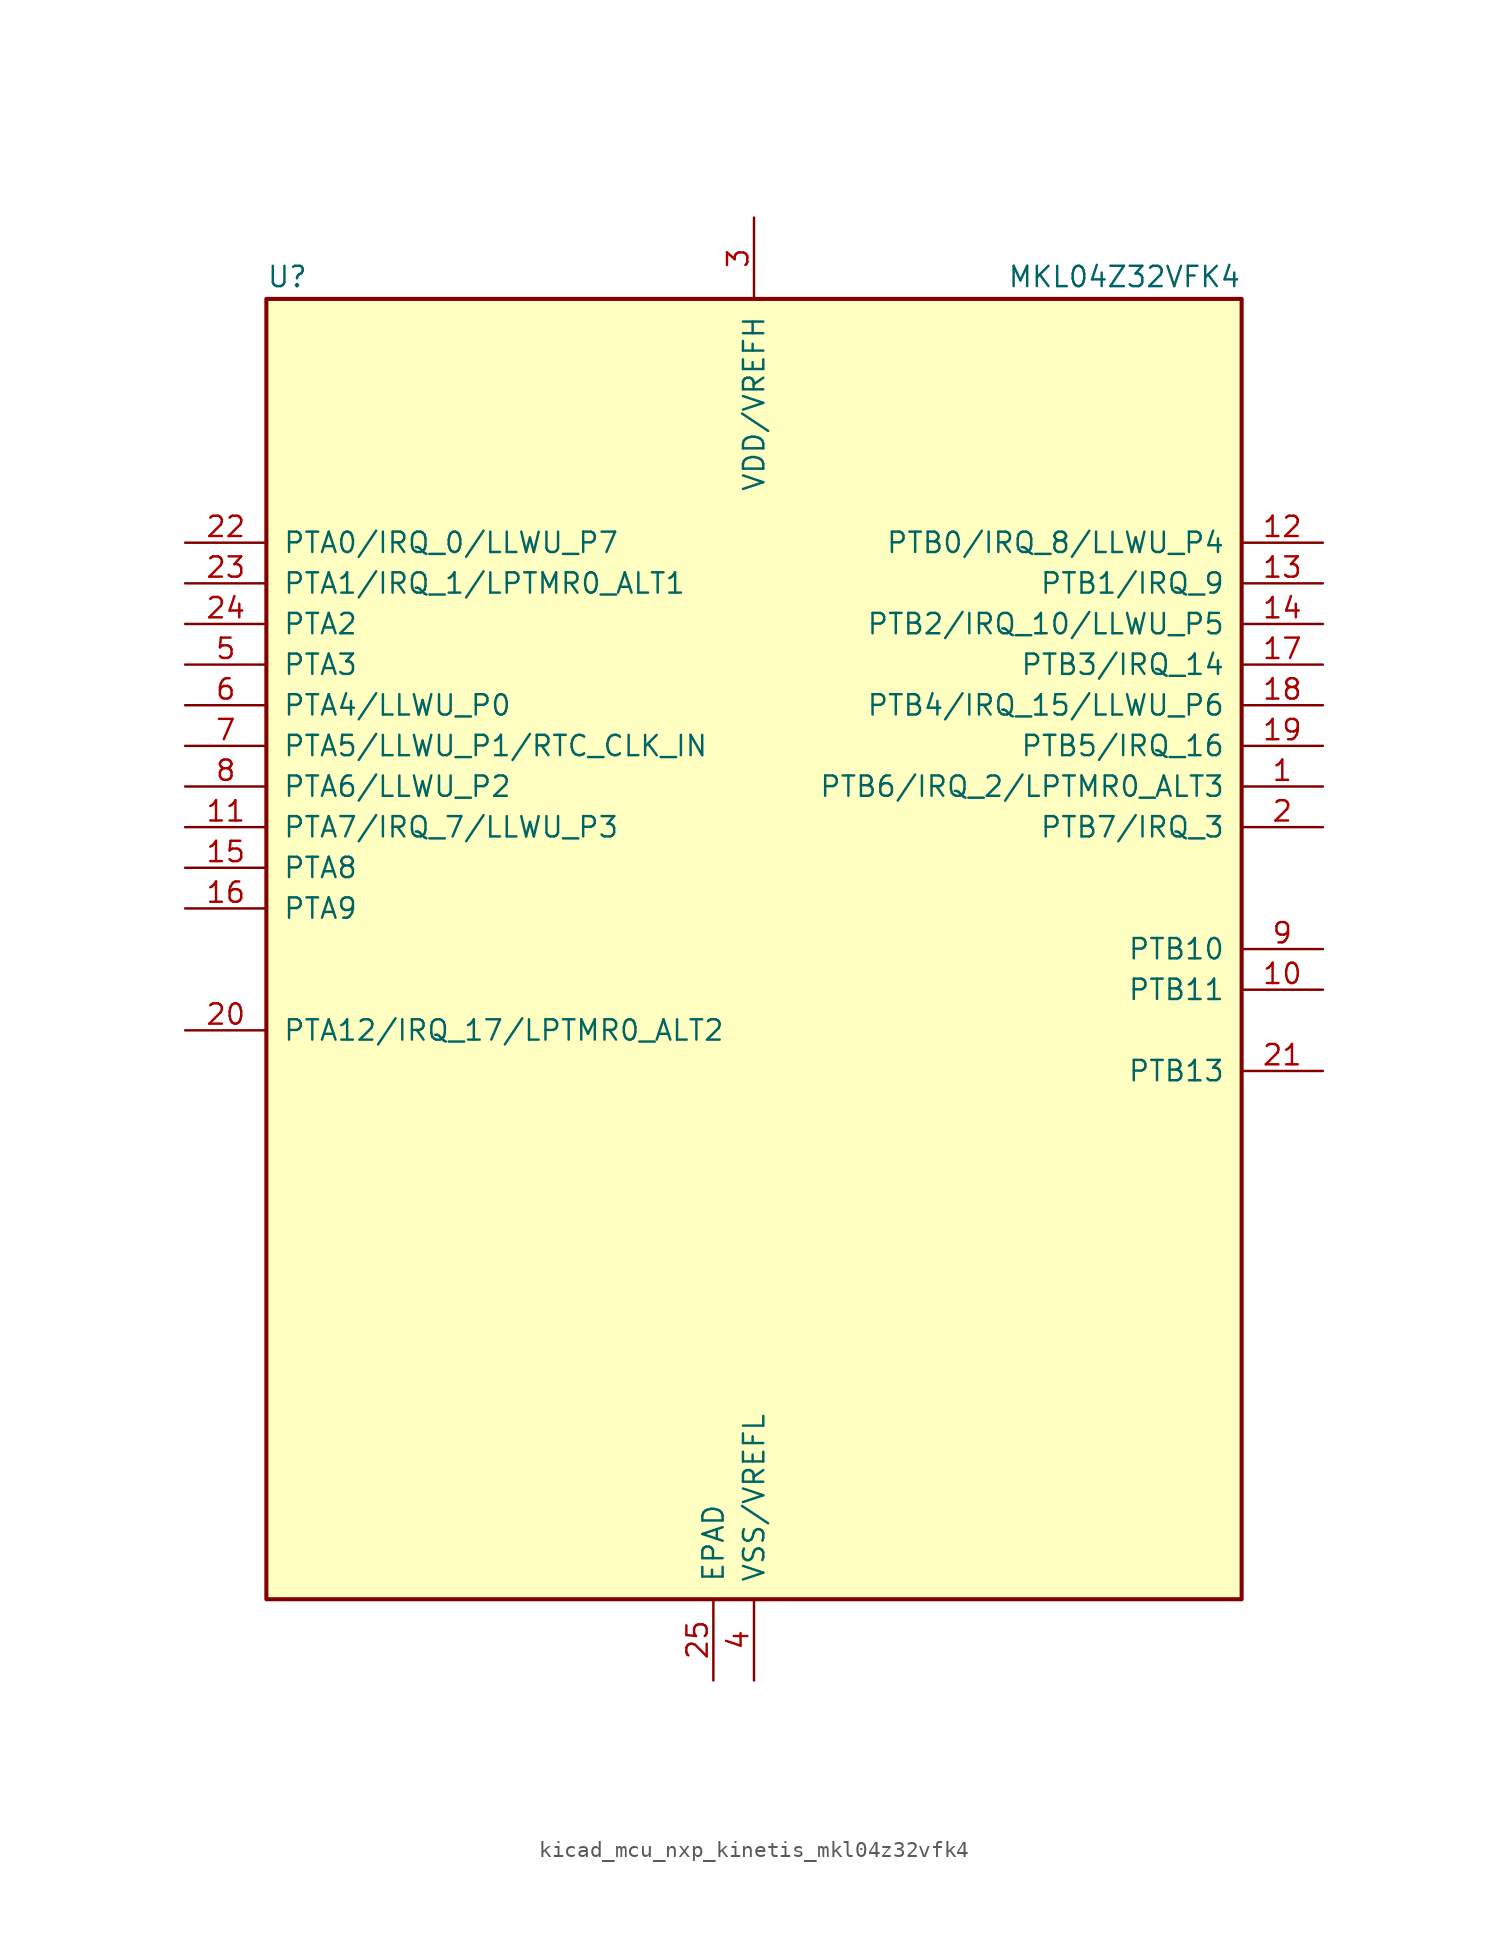
<source format=kicad_sym>
(kicad_symbol_lib
  (version 20220914)
  (generator kicad_symbol_editor)
  (symbol "kicad_mcu_nxp_kinetis_mkl04z32vfk4"
    (pin_names
      (offset 1.016))
    (property "Reference" "U"
      (at -30.48 41.275 0)
      (effects (font (size 1.27 1.27)) (justify left bottom)))
    (property "Value" "MKL04Z32VFK4"
      (at 30.48 41.275 0)
      (effects (font (size 1.27 1.27)) (justify right bottom)))
    (symbol "kicad_mcu_nxp_kinetis_mkl04z32vfk4_0_1"
      (rectangle (start -30.48 40.64) (end 30.48 -40.64) (stroke (width 0.254) (type default)) (fill (type background))))
    (symbol "kicad_mcu_nxp_kinetis_mkl04z32vfk4_1_1"
      (pin bidirectional line (at 35.56 10.16 180) (length 5.08) (name "PTB6/IRQ_2/LPTMR0_ALT3" (effects (font (size 1.27 1.27)))) (number "1" (effects (font (size 1.27 1.27)))))
      (pin bidirectional line (at 35.56 -2.54 180) (length 5.08) (name "PTB11" (effects (font (size 1.27 1.27)))) (number "10" (effects (font (size 1.27 1.27)))))
      (pin bidirectional line (at -35.56 7.62 0) (length 5.08) (name "PTA7/IRQ_7/LLWU_P3" (effects (font (size 1.27 1.27)))) (number "11" (effects (font (size 1.27 1.27)))))
      (pin bidirectional line (at 35.56 25.4 180) (length 5.08) (name "PTB0/IRQ_8/LLWU_P4" (effects (font (size 1.27 1.27)))) (number "12" (effects (font (size 1.27 1.27)))))
      (pin bidirectional line (at 35.56 22.86 180) (length 5.08) (name "PTB1/IRQ_9" (effects (font (size 1.27 1.27)))) (number "13" (effects (font (size 1.27 1.27)))))
      (pin bidirectional line (at 35.56 20.32 180) (length 5.08) (name "PTB2/IRQ_10/LLWU_P5" (effects (font (size 1.27 1.27)))) (number "14" (effects (font (size 1.27 1.27)))))
      (pin bidirectional line (at -35.56 5.08 0) (length 5.08) (name "PTA8" (effects (font (size 1.27 1.27)))) (number "15" (effects (font (size 1.27 1.27)))))
      (pin bidirectional line (at -35.56 2.54 0) (length 5.08) (name "PTA9" (effects (font (size 1.27 1.27)))) (number "16" (effects (font (size 1.27 1.27)))))
      (pin bidirectional line (at 35.56 17.78 180) (length 5.08) (name "PTB3/IRQ_14" (effects (font (size 1.27 1.27)))) (number "17" (effects (font (size 1.27 1.27)))))
      (pin bidirectional line (at 35.56 15.24 180) (length 5.08) (name "PTB4/IRQ_15/LLWU_P6" (effects (font (size 1.27 1.27)))) (number "18" (effects (font (size 1.27 1.27)))))
      (pin bidirectional line (at 35.56 12.7 180) (length 5.08) (name "PTB5/IRQ_16" (effects (font (size 1.27 1.27)))) (number "19" (effects (font (size 1.27 1.27)))))
      (pin bidirectional line (at 35.56 7.62 180) (length 5.08) (name "PTB7/IRQ_3" (effects (font (size 1.27 1.27)))) (number "2" (effects (font (size 1.27 1.27)))))
      (pin bidirectional line (at -35.56 -5.08 0) (length 5.08) (name "PTA12/IRQ_17/LPTMR0_ALT2" (effects (font (size 1.27 1.27)))) (number "20" (effects (font (size 1.27 1.27)))))
      (pin bidirectional line (at 35.56 -7.62 180) (length 5.08) (name "PTB13" (effects (font (size 1.27 1.27)))) (number "21" (effects (font (size 1.27 1.27)))))
      (pin bidirectional line (at -35.56 25.4 0) (length 5.08) (name "PTA0/IRQ_0/LLWU_P7" (effects (font (size 1.27 1.27)))) (number "22" (effects (font (size 1.27 1.27)))))
      (pin bidirectional line (at -35.56 22.86 0) (length 5.08) (name "PTA1/IRQ_1/LPTMR0_ALT1" (effects (font (size 1.27 1.27)))) (number "23" (effects (font (size 1.27 1.27)))))
      (pin bidirectional line (at -35.56 20.32 0) (length 5.08) (name "PTA2" (effects (font (size 1.27 1.27)))) (number "24" (effects (font (size 1.27 1.27)))))
      (pin power_in line (at -2.54 -45.72 90) (length 5.08) (name "EPAD" (effects (font (size 1.27 1.27)))) (number "25" (effects (font (size 1.27 1.27)))))
      (pin power_in line (at 0 45.72 270) (length 5.08) (name "VDD/VREFH" (effects (font (size 1.27 1.27)))) (number "3" (effects (font (size 1.27 1.27)))))
      (pin power_in line (at 0 -45.72 90) (length 5.08) (name "VSS/VREFL" (effects (font (size 1.27 1.27)))) (number "4" (effects (font (size 1.27 1.27)))))
      (pin bidirectional line (at -35.56 17.78 0) (length 5.08) (name "PTA3" (effects (font (size 1.27 1.27)))) (number "5" (effects (font (size 1.27 1.27)))))
      (pin bidirectional line (at -35.56 15.24 0) (length 5.08) (name "PTA4/LLWU_P0" (effects (font (size 1.27 1.27)))) (number "6" (effects (font (size 1.27 1.27)))))
      (pin bidirectional line (at -35.56 12.7 0) (length 5.08) (name "PTA5/LLWU_P1/RTC_CLK_IN" (effects (font (size 1.27 1.27)))) (number "7" (effects (font (size 1.27 1.27)))))
      (pin bidirectional line (at -35.56 10.16 0) (length 5.08) (name "PTA6/LLWU_P2" (effects (font (size 1.27 1.27)))) (number "8" (effects (font (size 1.27 1.27)))))
      (pin bidirectional line (at 35.56 0 180) (length 5.08) (name "PTB10" (effects (font (size 1.27 1.27)))) (number "9" (effects (font (size 1.27 1.27))))))))
</source>
